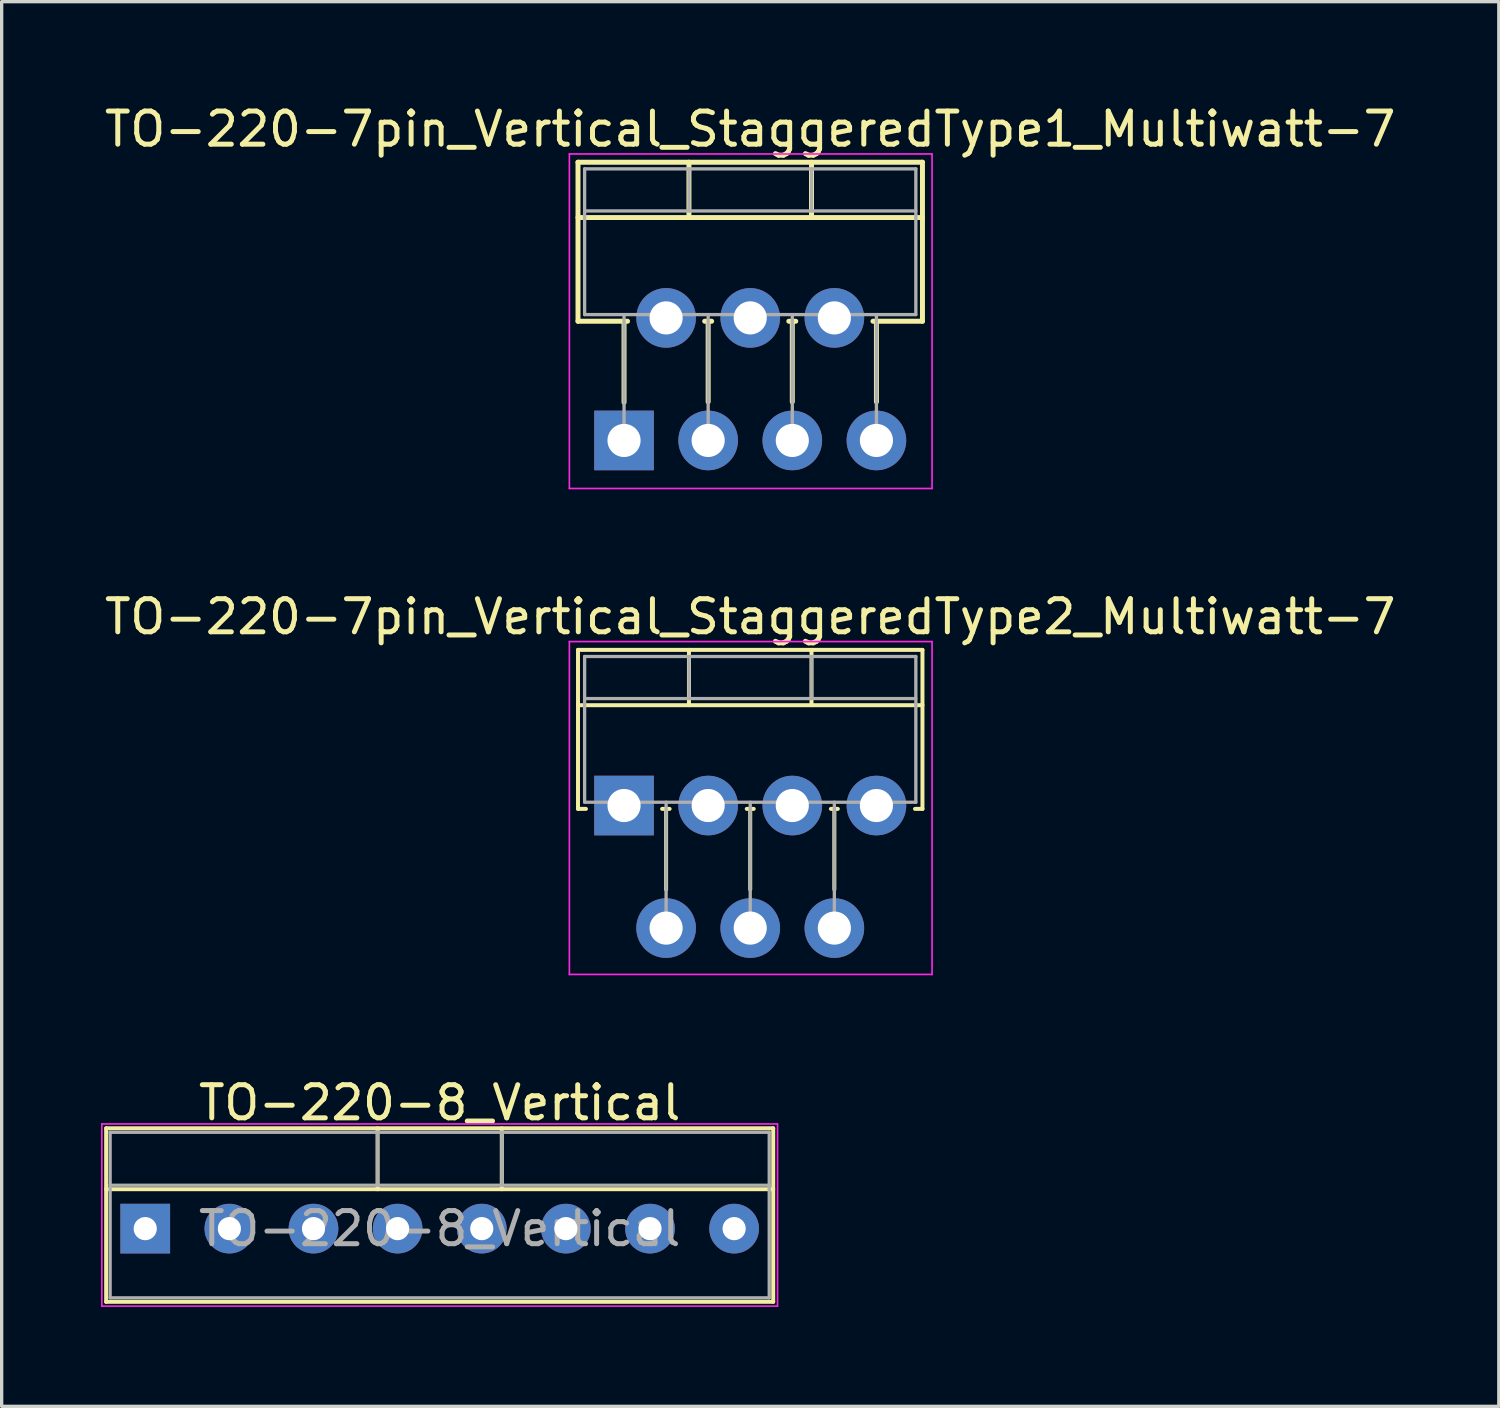
<source format=kicad_pcb>
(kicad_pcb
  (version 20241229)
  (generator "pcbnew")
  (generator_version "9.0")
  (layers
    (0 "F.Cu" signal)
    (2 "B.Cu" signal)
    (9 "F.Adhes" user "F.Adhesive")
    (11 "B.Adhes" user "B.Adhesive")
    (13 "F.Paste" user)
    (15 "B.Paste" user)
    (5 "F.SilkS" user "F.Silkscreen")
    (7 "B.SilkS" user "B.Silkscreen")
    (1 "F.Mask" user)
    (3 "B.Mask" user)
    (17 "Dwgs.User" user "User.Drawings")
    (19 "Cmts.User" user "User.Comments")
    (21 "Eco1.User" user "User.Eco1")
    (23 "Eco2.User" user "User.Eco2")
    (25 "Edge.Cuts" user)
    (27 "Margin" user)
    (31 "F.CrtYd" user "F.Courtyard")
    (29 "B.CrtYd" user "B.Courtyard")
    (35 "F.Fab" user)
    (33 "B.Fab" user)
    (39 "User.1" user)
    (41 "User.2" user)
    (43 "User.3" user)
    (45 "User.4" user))
  (footprint "TO-220-7pin_Vertical_StaggeredType2_Multiwatt-7"
    (layer "F.Cu")
    (at 15.791 21.271)
    (property "Reference" "TO-220-7pin_Vertical_StaggeredType2_Multiwatt-7" (at 3.81 -5.7 0) (layer "F.SilkS") (effects (font (size 1 1) (thickness 0.15))))
    (attr through_hole)
    (fp_line (start -1.39 -4.7) (end -1.39 0.101) (stroke (width 0.12) (type solid)) (layer "F.SilkS"))
    (fp_line (start -1.39 -4.7) (end 9.01 -4.7) (stroke (width 0.12) (type solid)) (layer "F.SilkS"))
    (fp_line (start -1.39 -3.03) (end 9.01 -3.03) (stroke (width 0.12) (type solid)) (layer "F.SilkS"))
    (fp_line (start -1.39 0.101) (end -1.15 0.101) (stroke (width 0.12) (type solid)) (layer "F.SilkS"))
    (fp_line (start 1.15 0.101) (end 1.376 0.101) (stroke (width 0.12) (type solid)) (layer "F.SilkS"))
    (fp_line (start 1.27 0.101) (end 1.27 2.535) (stroke (width 0.12) (type solid)) (layer "F.SilkS"))
    (fp_line (start 1.96 -4.7) (end 1.96 -3.03) (stroke (width 0.12) (type solid)) (layer "F.SilkS"))
    (fp_line (start 3.705 0.101) (end 3.915 0.101) (stroke (width 0.12) (type solid)) (layer "F.SilkS"))
    (fp_line (start 3.81 0.101) (end 3.81 2.535) (stroke (width 0.12) (type solid)) (layer "F.SilkS"))
    (fp_line (start 5.66 -4.7) (end 5.66 -3.03) (stroke (width 0.12) (type solid)) (layer "F.SilkS"))
    (fp_line (start 6.245 0.101) (end 6.455 0.101) (stroke (width 0.12) (type solid)) (layer "F.SilkS"))
    (fp_line (start 6.35 0.101) (end 6.35 2.535) (stroke (width 0.12) (type solid)) (layer "F.SilkS"))
    (fp_line (start 8.785 0.101) (end 9.01 0.101) (stroke (width 0.12) (type solid)) (layer "F.SilkS"))
    (fp_line (start 9.01 -4.7) (end 9.01 0.101) (stroke (width 0.12) (type solid)) (layer "F.SilkS"))
    (fp_line (start -1.65 -4.95) (end -1.65 5.1) (stroke (width 0.05) (type solid)) (layer "F.CrtYd"))
    (fp_line (start -1.65 5.1) (end 9.3 5.1) (stroke (width 0.05) (type solid)) (layer "F.CrtYd"))
    (fp_line (start 9.3 -4.95) (end -1.65 -4.95) (stroke (width 0.05) (type solid)) (layer "F.CrtYd"))
    (fp_line (start 9.3 5.1) (end 9.3 -4.95) (stroke (width 0.05) (type solid)) (layer "F.CrtYd"))
    (fp_line (start -1.19 -4.5) (end -1.19 -0.1) (stroke (width 0.1) (type solid)) (layer "F.Fab"))
    (fp_line (start -1.19 -3.23) (end 8.81 -3.23) (stroke (width 0.1) (type solid)) (layer "F.Fab"))
    (fp_line (start -1.19 -0.1) (end 8.81 -0.1) (stroke (width 0.1) (type solid)) (layer "F.Fab"))
    (fp_line (start 0 -0.1) (end 0 0) (stroke (width 0.1) (type solid)) (layer "F.Fab"))
    (fp_line (start 1.27 -0.1) (end 1.27 3.7) (stroke (width 0.1) (type solid)) (layer "F.Fab"))
    (fp_line (start 1.96 -4.5) (end 1.96 -3.23) (stroke (width 0.1) (type solid)) (layer "F.Fab"))
    (fp_line (start 2.54 -0.1) (end 2.54 0) (stroke (width 0.1) (type solid)) (layer "F.Fab"))
    (fp_line (start 3.81 -0.1) (end 3.81 3.7) (stroke (width 0.1) (type solid)) (layer "F.Fab"))
    (fp_line (start 5.08 -0.1) (end 5.08 0) (stroke (width 0.1) (type solid)) (layer "F.Fab"))
    (fp_line (start 5.66 -4.5) (end 5.66 -3.23) (stroke (width 0.1) (type solid)) (layer "F.Fab"))
    (fp_line (start 6.35 -0.1) (end 6.35 3.7) (stroke (width 0.1) (type solid)) (layer "F.Fab"))
    (fp_line (start 7.62 -0.1) (end 7.62 0) (stroke (width 0.1) (type solid)) (layer "F.Fab"))
    (fp_line (start 8.81 -4.5) (end -1.19 -4.5) (stroke (width 0.1) (type solid)) (layer "F.Fab"))
    (fp_line (start 8.81 -0.1) (end 8.81 -4.5) (stroke (width 0.1) (type solid)) (layer "F.Fab"))
    (pad "1" thru_hole rect (at 0 0) (size 1.8 1.8) (drill 1) (layers "*.Cu" "*.Mask"))
    (pad "2" thru_hole oval (at 1.27 3.7) (size 1.8 1.8) (drill 1) (layers "*.Cu" "*.Mask"))
    (pad "3" thru_hole oval (at 2.54 0) (size 1.8 1.8) (drill 1) (layers "*.Cu" "*.Mask"))
    (pad "4" thru_hole oval (at 3.81 3.7) (size 1.8 1.8) (drill 1) (layers "*.Cu" "*.Mask"))
    (pad "5" thru_hole oval (at 5.08 0) (size 1.8 1.8) (drill 1) (layers "*.Cu" "*.Mask"))
    (pad "6" thru_hole oval (at 6.35 3.7) (size 1.8 1.8) (drill 1) (layers "*.Cu" "*.Mask"))
    (pad "7" thru_hole oval (at 7.62 0) (size 1.8 1.8) (drill 1) (layers "*.Cu" "*.Mask")))
  (footprint "TO-220-8_Vertical"
    (layer "F.Cu")
    (at 1.335 34.045)
    (property "Reference" "TO-220-8_Vertical" (at 8.89 -3.8 0) (layer "F.SilkS") (effects (font (size 1 1) (thickness 0.15))))
    (attr through_hole)
    (fp_line (start -1.18 -3.03) (end -1.18 2.211) (stroke (width 0.12) (type solid)) (layer "F.SilkS"))
    (fp_line (start -1.18 -3.03) (end 18.96 -3.03) (stroke (width 0.12) (type solid)) (layer "F.SilkS"))
    (fp_line (start -1.18 -1.19) (end 18.96 -1.19) (stroke (width 0.12) (type solid)) (layer "F.SilkS"))
    (fp_line (start -1.18 2.21) (end 18.96 2.21) (stroke (width 0.12) (type solid)) (layer "F.SilkS"))
    (fp_line (start 7.015 -3.03) (end 7.015 -1.19) (stroke (width 0.12) (type solid)) (layer "F.SilkS"))
    (fp_line (start 10.765 -3.03) (end 10.765 -1.19) (stroke (width 0.12) (type solid)) (layer "F.SilkS"))
    (fp_line (start 18.96 -3.03) (end 18.96 2.21) (stroke (width 0.12) (type solid)) (layer "F.SilkS"))
    (fp_line (start -1.31 -3.16) (end -1.31 2.34) (stroke (width 0.05) (type solid)) (layer "F.CrtYd"))
    (fp_line (start -1.31 2.34) (end 19.09 2.34) (stroke (width 0.05) (type solid)) (layer "F.CrtYd"))
    (fp_line (start 19.09 -3.16) (end -1.31 -3.16) (stroke (width 0.05) (type solid)) (layer "F.CrtYd"))
    (fp_line (start 19.09 2.34) (end 19.09 -3.16) (stroke (width 0.05) (type solid)) (layer "F.CrtYd"))
    (fp_line (start -1.06 -2.91) (end -1.06 2.09) (stroke (width 0.1) (type solid)) (layer "F.Fab"))
    (fp_line (start -1.06 -1.31) (end 18.84 -1.31) (stroke (width 0.1) (type solid)) (layer "F.Fab"))
    (fp_line (start -1.06 2.09) (end 18.84 2.09) (stroke (width 0.1) (type solid)) (layer "F.Fab"))
    (fp_line (start 7.015 -2.91) (end 7.015 -1.31) (stroke (width 0.1) (type solid)) (layer "F.Fab"))
    (fp_line (start 10.765 -2.91) (end 10.765 -1.31) (stroke (width 0.1) (type solid)) (layer "F.Fab"))
    (fp_line (start 18.84 -2.91) (end -1.06 -2.91) (stroke (width 0.1) (type solid)) (layer "F.Fab"))
    (fp_line (start 18.84 2.09) (end 18.84 -2.91) (stroke (width 0.1) (type solid)) (layer "F.Fab"))
    (fp_text user "${REFERENCE}" (at 8.89 0 0) (layer "F.Fab") (effects (font (size 1 1) (thickness 0.15))))
    (pad "1" thru_hole rect (at 0 0) (size 1.5 1.5) (drill 0.7) (layers "*.Cu" "*.Mask"))
    (pad "2" thru_hole oval (at 2.54 0) (size 1.5 1.5) (drill 0.7) (layers "*.Cu" "*.Mask"))
    (pad "3" thru_hole oval (at 5.08 0) (size 1.5 1.5) (drill 0.7) (layers "*.Cu" "*.Mask"))
    (pad "4" thru_hole oval (at 7.62 0) (size 1.5 1.5) (drill 0.7) (layers "*.Cu" "*.Mask"))
    (pad "5" thru_hole oval (at 10.16 0) (size 1.5 1.5) (drill 0.7) (layers "*.Cu" "*.Mask"))
    (pad "6" thru_hole oval (at 12.7 0) (size 1.5 1.5) (drill 0.7) (layers "*.Cu" "*.Mask"))
    (pad "7" thru_hole oval (at 15.24 0) (size 1.5 1.5) (drill 0.7) (layers "*.Cu" "*.Mask"))
    (pad "8" thru_hole oval (at 17.78 0) (size 1.5 1.5) (drill 0.7) (layers "*.Cu" "*.Mask")))
  (footprint "TO-220-7pin_Vertical_StaggeredType1_Multiwatt-7"
    (layer "F.Cu")
    (at 15.791 10.248)
    (property "Reference" "TO-220-7pin_Vertical_StaggeredType1_Multiwatt-7" (at 3.81 -9.4 0) (layer "F.SilkS") (effects (font (size 1 1) (thickness 0.15))))
    (attr through_hole)
    (fp_line (start -1.39 -8.4) (end -1.39 -3.599) (stroke (width 0.15) (type solid)) (layer "F.SilkS"))
    (fp_line (start -1.39 -8.4) (end 9.01 -8.4) (stroke (width 0.15) (type solid)) (layer "F.SilkS"))
    (fp_line (start -1.39 -6.73) (end 9.01 -6.73) (stroke (width 0.15) (type solid)) (layer "F.SilkS"))
    (fp_line (start -1.39 -3.599) (end 0.106 -3.599) (stroke (width 0.15) (type solid)) (layer "F.SilkS"))
    (fp_line (start 0 -3.599) (end 0 -1.15) (stroke (width 0.15) (type solid)) (layer "F.SilkS"))
    (fp_line (start 1.96 -8.4) (end 1.96 -6.73) (stroke (width 0.15) (type solid)) (layer "F.SilkS"))
    (fp_line (start 2.435 -3.599) (end 2.645 -3.599) (stroke (width 0.15) (type solid)) (layer "F.SilkS"))
    (fp_line (start 2.54 -3.599) (end 2.54 -1.165) (stroke (width 0.15) (type solid)) (layer "F.SilkS"))
    (fp_line (start 4.975 -3.599) (end 5.185 -3.599) (stroke (width 0.15) (type solid)) (layer "F.SilkS"))
    (fp_line (start 5.08 -3.599) (end 5.08 -1.165) (stroke (width 0.15) (type solid)) (layer "F.SilkS"))
    (fp_line (start 5.66 -8.4) (end 5.66 -6.73) (stroke (width 0.15) (type solid)) (layer "F.SilkS"))
    (fp_line (start 7.515 -3.599) (end 9.01 -3.599) (stroke (width 0.15) (type solid)) (layer "F.SilkS"))
    (fp_line (start 7.62 -3.599) (end 7.62 -1.165) (stroke (width 0.15) (type solid)) (layer "F.SilkS"))
    (fp_line (start 9.01 -8.4) (end 9.01 -3.599) (stroke (width 0.15) (type solid)) (layer "F.SilkS"))
    (fp_line (start -1.65 -8.65) (end -1.65 1.45) (stroke (width 0.05) (type solid)) (layer "F.CrtYd"))
    (fp_line (start -1.65 1.45) (end 9.3 1.45) (stroke (width 0.05) (type solid)) (layer "F.CrtYd"))
    (fp_line (start 9.3 -8.65) (end -1.65 -8.65) (stroke (width 0.05) (type solid)) (layer "F.CrtYd"))
    (fp_line (start 9.3 1.45) (end 9.3 -8.65) (stroke (width 0.05) (type solid)) (layer "F.CrtYd"))
    (fp_line (start -1.19 -8.2) (end -1.19 -3.8) (stroke (width 0.1) (type solid)) (layer "F.Fab"))
    (fp_line (start -1.19 -6.93) (end 8.81 -6.93) (stroke (width 0.1) (type solid)) (layer "F.Fab"))
    (fp_line (start -1.19 -3.8) (end 8.81 -3.8) (stroke (width 0.1) (type solid)) (layer "F.Fab"))
    (fp_line (start 0 -3.8) (end 0 0) (stroke (width 0.1) (type solid)) (layer "F.Fab"))
    (fp_line (start 1.27 -3.8) (end 1.27 -3.7) (stroke (width 0.1) (type solid)) (layer "F.Fab"))
    (fp_line (start 1.96 -8.2) (end 1.96 -6.93) (stroke (width 0.1) (type solid)) (layer "F.Fab"))
    (fp_line (start 2.54 -3.8) (end 2.54 0) (stroke (width 0.1) (type solid)) (layer "F.Fab"))
    (fp_line (start 3.81 -3.8) (end 3.81 -3.7) (stroke (width 0.1) (type solid)) (layer "F.Fab"))
    (fp_line (start 5.08 -3.8) (end 5.08 0) (stroke (width 0.1) (type solid)) (layer "F.Fab"))
    (fp_line (start 5.66 -8.2) (end 5.66 -6.93) (stroke (width 0.1) (type solid)) (layer "F.Fab"))
    (fp_line (start 6.35 -3.8) (end 6.35 -3.7) (stroke (width 0.1) (type solid)) (layer "F.Fab"))
    (fp_line (start 7.62 -3.8) (end 7.62 0) (stroke (width 0.1) (type solid)) (layer "F.Fab"))
    (fp_line (start 8.81 -8.2) (end -1.19 -8.2) (stroke (width 0.1) (type solid)) (layer "F.Fab"))
    (fp_line (start 8.81 -3.8) (end 8.81 -8.2) (stroke (width 0.1) (type solid)) (layer "F.Fab"))
    (pad "1" thru_hole rect (at 0 0) (size 1.8 1.8) (drill 1) (layers "*.Cu" "*.Mask"))
    (pad "2" thru_hole oval (at 1.27 -3.7) (size 1.8 1.8) (drill 1) (layers "*.Cu" "*.Mask"))
    (pad "3" thru_hole oval (at 2.54 0) (size 1.8 1.8) (drill 1) (layers "*.Cu" "*.Mask"))
    (pad "4" thru_hole oval (at 3.81 -3.7) (size 1.8 1.8) (drill 1) (layers "*.Cu" "*.Mask"))
    (pad "5" thru_hole oval (at 5.08 0) (size 1.8 1.8) (drill 1) (layers "*.Cu" "*.Mask"))
    (pad "6" thru_hole oval (at 6.35 -3.7) (size 1.8 1.8) (drill 1) (layers "*.Cu" "*.Mask"))
    (pad "7" thru_hole oval (at 7.62 0) (size 1.8 1.8) (drill 1) (layers "*.Cu" "*.Mask")))
  (gr_rect
    (start -3 -3)
    (end 42.202 39.41)
    (stroke (width 0.1) (type default))
    (fill no)
    (layer "Edge.Cuts")))
</source>
